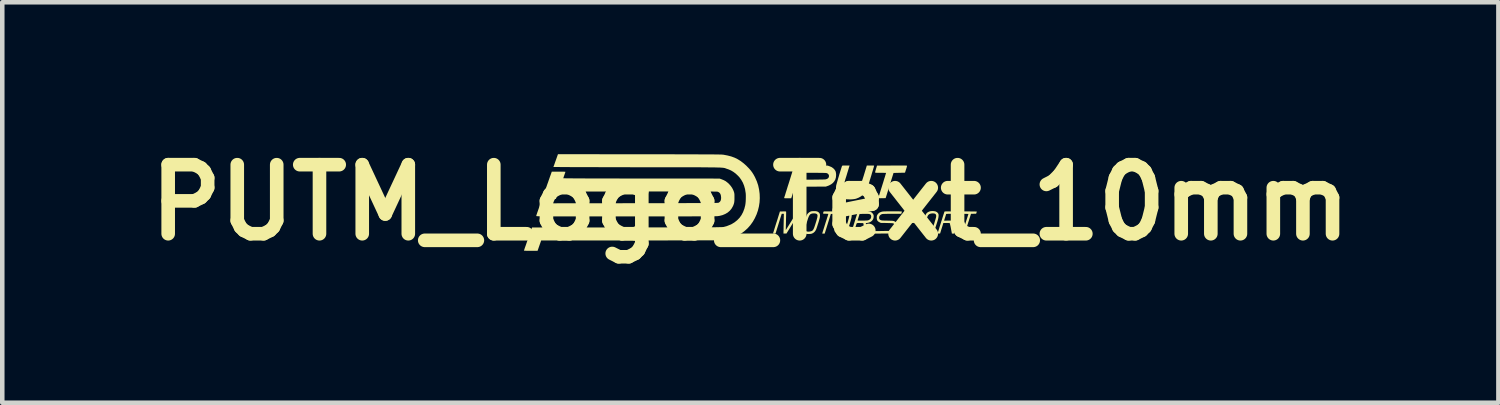
<source format=kicad_pcb>
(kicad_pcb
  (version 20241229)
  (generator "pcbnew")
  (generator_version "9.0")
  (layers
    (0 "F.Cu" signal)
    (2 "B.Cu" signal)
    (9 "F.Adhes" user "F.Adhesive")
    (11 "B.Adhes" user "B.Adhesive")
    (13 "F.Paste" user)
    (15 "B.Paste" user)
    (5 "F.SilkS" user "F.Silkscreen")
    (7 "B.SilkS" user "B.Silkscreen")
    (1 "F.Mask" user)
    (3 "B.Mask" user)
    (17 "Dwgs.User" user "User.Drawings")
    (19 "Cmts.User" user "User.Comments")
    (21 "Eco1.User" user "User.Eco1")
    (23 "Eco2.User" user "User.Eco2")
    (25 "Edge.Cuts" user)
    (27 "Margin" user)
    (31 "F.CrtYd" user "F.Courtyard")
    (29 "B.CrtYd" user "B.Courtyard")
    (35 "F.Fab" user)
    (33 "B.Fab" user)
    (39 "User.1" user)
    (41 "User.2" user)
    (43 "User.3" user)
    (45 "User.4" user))
  (footprint "PUTM_Logo_Text_10mm"
    (layer "F.Cu")
    (at 13.506 1.418)
    (property "Reference" "PUTM_Logo_Text_10mm" (at 0 0 0) (layer "F.SilkS") (effects (font (size 1.524 1.524) (thickness 0.3))))
    (attr board_only exclude_from_pos_files exclude_from_bom allow_missing_courtyard)
    (fp_poly (pts (xy 4.85 0.197) (xy 4.887 0.198) (xy 4.921 0.198) (xy 4.95 0.198) (xy 4.973 0.199) (xy 4.988 0.199) (xy 4.995 0.2) (xy 4.995 0.2) (xy 4.995 0.206) (xy 4.992 0.218) (xy 4.989 0.225) (xy 4.982 0.247) (xy 4.868 0.25) (xy 4.817 0.412) (xy 4.803 0.454) (xy 4.79 0.496) (xy 4.778 0.536) (xy 4.766 0.572) (xy 4.757 0.602) (xy 4.75 0.624) (xy 4.748 0.63) (xy 4.73 0.686) (xy 4.704 0.686) (xy 4.687 0.685) (xy 4.679 0.681) (xy 4.679 0.68) (xy 4.68 0.674) (xy 4.685 0.658) (xy 4.691 0.636) (xy 4.7 0.606) (xy 4.711 0.571) (xy 4.724 0.531) (xy 4.737 0.488) (xy 4.745 0.463) (xy 4.812 0.252) (xy 4.753 0.251) (xy 4.728 0.25) (xy 4.711 0.249) (xy 4.701 0.247) (xy 4.696 0.245) (xy 4.695 0.241) (xy 4.695 0.238) (xy 4.697 0.224) (xy 4.701 0.212) (xy 4.707 0.197)) (stroke (width 0) (type solid)) (fill yes) (layer "F.SilkS"))
    (fp_poly (pts (xy 1.761 0.197) (xy 1.798 0.197) (xy 1.832 0.198) (xy 1.86 0.198) (xy 1.882 0.199) (xy 1.897 0.2) (xy 1.903 0.201) (xy 1.903 0.201) (xy 1.901 0.215) (xy 1.897 0.23) (xy 1.892 0.242) (xy 1.89 0.244) (xy 1.883 0.246) (xy 1.867 0.248) (xy 1.846 0.25) (xy 1.83 0.251) (xy 1.776 0.252) (xy 1.708 0.469) (xy 1.64 0.686) (xy 1.613 0.686) (xy 1.598 0.686) (xy 1.588 0.685) (xy 1.586 0.684) (xy 1.587 0.679) (xy 1.591 0.665) (xy 1.598 0.642) (xy 1.607 0.614) (xy 1.618 0.579) (xy 1.631 0.539) (xy 1.644 0.496) (xy 1.653 0.468) (xy 1.667 0.423) (xy 1.681 0.381) (xy 1.692 0.343) (xy 1.703 0.311) (xy 1.711 0.284) (xy 1.717 0.265) (xy 1.72 0.254) (xy 1.721 0.252) (xy 1.716 0.251) (xy 1.703 0.25) (xy 1.683 0.249) (xy 1.662 0.248) (xy 1.637 0.248) (xy 1.62 0.247) (xy 1.611 0.245) (xy 1.606 0.243) (xy 1.605 0.239) (xy 1.605 0.234) (xy 1.609 0.22) (xy 1.613 0.209) (xy 1.619 0.197)) (stroke (width 0) (type solid)) (fill yes) (layer "F.SilkS"))
    (fp_poly (pts (xy 3.33 -0.815) (xy 3.37 -0.815) (xy 3.403 -0.815) (xy 3.429 -0.815) (xy 3.447 -0.814) (xy 3.455 -0.814) (xy 3.455 -0.814) (xy 3.456 -0.808) (xy 3.454 -0.793) (xy 3.447 -0.769) (xy 3.437 -0.736) (xy 3.436 -0.735) (xy 3.412 -0.658) (xy 3.285 -0.655) (xy 3.159 -0.652) (xy 2.985 -0.096) (xy 2.904 -0.095) (xy 2.876 -0.094) (xy 2.853 -0.095) (xy 2.835 -0.095) (xy 2.825 -0.096) (xy 2.823 -0.097) (xy 2.824 -0.103) (xy 2.829 -0.117) (xy 2.836 -0.14) (xy 2.845 -0.17) (xy 2.856 -0.206) (xy 2.869 -0.247) (xy 2.883 -0.293) (xy 2.899 -0.343) (xy 2.909 -0.375) (xy 2.925 -0.426) (xy 2.94 -0.474) (xy 2.953 -0.519) (xy 2.966 -0.558) (xy 2.976 -0.592) (xy 2.984 -0.619) (xy 2.99 -0.638) (xy 2.994 -0.65) (xy 2.994 -0.652) (xy 2.989 -0.653) (xy 2.975 -0.654) (xy 2.954 -0.654) (xy 2.927 -0.655) (xy 2.895 -0.655) (xy 2.875 -0.655) (xy 2.834 -0.655) (xy 2.803 -0.656) (xy 2.78 -0.656) (xy 2.765 -0.658) (xy 2.756 -0.659) (xy 2.753 -0.662) (xy 2.753 -0.669) (xy 2.756 -0.684) (xy 2.762 -0.705) (xy 2.769 -0.73) (xy 2.772 -0.741) (xy 2.795 -0.814) (xy 3.122 -0.815) (xy 3.179 -0.815) (xy 3.234 -0.815) (xy 3.284 -0.815)) (stroke (width 0) (type solid)) (fill yes) (layer "F.SilkS"))
    (fp_poly (pts (xy 3.534 0.197) (xy 3.566 0.197) (xy 3.599 0.198) (xy 3.63 0.199) (xy 3.657 0.2) (xy 3.68 0.201) (xy 3.696 0.203) (xy 3.702 0.204) (xy 3.734 0.219) (xy 3.758 0.24) (xy 3.774 0.266) (xy 3.781 0.296) (xy 3.781 0.301) (xy 3.777 0.34) (xy 3.763 0.374) (xy 3.741 0.404) (xy 3.71 0.428) (xy 3.697 0.435) (xy 3.688 0.44) (xy 3.679 0.443) (xy 3.67 0.446) (xy 3.659 0.448) (xy 3.644 0.449) (xy 3.624 0.45) (xy 3.598 0.451) (xy 3.564 0.452) (xy 3.538 0.452) (xy 3.408 0.455) (xy 3.388 0.517) (xy 3.378 0.548) (xy 3.367 0.581) (xy 3.357 0.613) (xy 3.351 0.632) (xy 3.335 0.684) (xy 3.307 0.685) (xy 3.291 0.686) (xy 3.283 0.685) (xy 3.282 0.681) (xy 3.282 0.677) (xy 3.292 0.645) (xy 3.304 0.608) (xy 3.316 0.567) (xy 3.33 0.524) (xy 3.344 0.479) (xy 3.358 0.435) (xy 3.37 0.397) (xy 3.426 0.397) (xy 3.431 0.398) (xy 3.445 0.399) (xy 3.466 0.399) (xy 3.493 0.4) (xy 3.525 0.4) (xy 3.539 0.399) (xy 3.576 0.399) (xy 3.605 0.398) (xy 3.626 0.397) (xy 3.642 0.396) (xy 3.653 0.394) (xy 3.663 0.391) (xy 3.671 0.388) (xy 3.678 0.384) (xy 3.7 0.369) (xy 3.716 0.349) (xy 3.725 0.327) (xy 3.728 0.306) (xy 3.723 0.285) (xy 3.711 0.268) (xy 3.692 0.256) (xy 3.687 0.255) (xy 3.674 0.253) (xy 3.652 0.251) (xy 3.623 0.25) (xy 3.587 0.25) (xy 3.569 0.251) (xy 3.47 0.252) (xy 3.448 0.322) (xy 3.44 0.348) (xy 3.433 0.37) (xy 3.429 0.386) (xy 3.426 0.396) (xy 3.426 0.397) (xy 3.37 0.397) (xy 3.372 0.391) (xy 3.385 0.349) (xy 3.397 0.31) (xy 3.408 0.275) (xy 3.418 0.245) (xy 3.425 0.222) (xy 3.43 0.206) (xy 3.433 0.199) (xy 3.433 0.199) (xy 3.439 0.198) (xy 3.454 0.197) (xy 3.476 0.197) (xy 3.503 0.197)) (stroke (width 0) (type solid)) (fill yes) (layer "F.SilkS"))
    (fp_poly (pts (xy 2.137 0.19) (xy 2.17 0.198) (xy 2.197 0.212) (xy 2.206 0.218) (xy 2.219 0.232) (xy 2.228 0.247) (xy 2.234 0.265) (xy 2.236 0.287) (xy 2.234 0.313) (xy 2.228 0.346) (xy 2.218 0.385) (xy 2.204 0.433) (xy 2.197 0.457) (xy 2.182 0.505) (xy 2.169 0.544) (xy 2.157 0.575) (xy 2.147 0.6) (xy 2.137 0.62) (xy 2.127 0.635) (xy 2.117 0.648) (xy 2.113 0.652) (xy 2.091 0.67) (xy 2.067 0.683) (xy 2.038 0.691) (xy 2.001 0.695) (xy 1.996 0.695) (xy 1.969 0.695) (xy 1.948 0.694) (xy 1.931 0.691) (xy 1.919 0.687) (xy 1.89 0.672) (xy 1.868 0.652) (xy 1.856 0.626) (xy 1.851 0.594) (xy 1.852 0.575) (xy 1.853 0.573) (xy 1.906 0.573) (xy 1.906 0.599) (xy 1.915 0.619) (xy 1.931 0.634) (xy 1.955 0.642) (xy 1.986 0.644) (xy 2.023 0.64) (xy 2.027 0.639) (xy 2.056 0.628) (xy 2.079 0.61) (xy 2.097 0.583) (xy 2.103 0.568) (xy 2.112 0.546) (xy 2.121 0.518) (xy 2.132 0.486) (xy 2.142 0.452) (xy 2.153 0.417) (xy 2.162 0.383) (xy 2.171 0.353) (xy 2.177 0.328) (xy 2.181 0.31) (xy 2.182 0.304) (xy 2.181 0.279) (xy 2.173 0.26) (xy 2.158 0.248) (xy 2.134 0.241) (xy 2.103 0.24) (xy 2.092 0.241) (xy 2.057 0.246) (xy 2.031 0.256) (xy 2.01 0.272) (xy 1.998 0.289) (xy 1.993 0.301) (xy 1.985 0.321) (xy 1.975 0.347) (xy 1.965 0.378) (xy 1.953 0.412) (xy 1.942 0.447) (xy 1.931 0.481) (xy 1.922 0.513) (xy 1.914 0.54) (xy 1.908 0.561) (xy 1.906 0.573) (xy 1.853 0.573) (xy 1.855 0.561) (xy 1.86 0.539) (xy 1.868 0.511) (xy 1.877 0.478) (xy 1.888 0.443) (xy 1.899 0.407) (xy 1.91 0.371) (xy 1.921 0.338) (xy 1.931 0.31) (xy 1.939 0.288) (xy 1.945 0.274) (xy 1.962 0.249) (xy 1.984 0.226) (xy 2.009 0.208) (xy 2.025 0.201) (xy 2.062 0.191) (xy 2.1 0.188)) (stroke (width 0) (type solid)) (fill yes) (layer "F.SilkS"))
    (fp_poly (pts (xy 4.052 0.19) (xy 4.086 0.197) (xy 4.114 0.211) (xy 4.124 0.219) (xy 4.137 0.232) (xy 4.146 0.246) (xy 4.152 0.263) (xy 4.154 0.284) (xy 4.152 0.31) (xy 4.147 0.341) (xy 4.138 0.379) (xy 4.125 0.425) (xy 4.112 0.465) (xy 4.097 0.512) (xy 4.084 0.551) (xy 4.073 0.582) (xy 4.063 0.606) (xy 4.053 0.626) (xy 4.043 0.64) (xy 4.033 0.652) (xy 4.021 0.662) (xy 4.013 0.667) (xy 3.982 0.683) (xy 3.945 0.693) (xy 3.905 0.696) (xy 3.867 0.694) (xy 3.838 0.687) (xy 3.82 0.68) (xy 3.805 0.672) (xy 3.8 0.668) (xy 3.783 0.646) (xy 3.772 0.618) (xy 3.769 0.592) (xy 3.769 0.581) (xy 3.77 0.574) (xy 3.824 0.574) (xy 3.824 0.599) (xy 3.833 0.619) (xy 3.85 0.634) (xy 3.874 0.642) (xy 3.905 0.644) (xy 3.942 0.64) (xy 3.946 0.639) (xy 3.975 0.628) (xy 3.999 0.609) (xy 4.014 0.586) (xy 4.02 0.572) (xy 4.028 0.551) (xy 4.037 0.523) (xy 4.048 0.492) (xy 4.059 0.457) (xy 4.069 0.423) (xy 4.079 0.389) (xy 4.088 0.359) (xy 4.095 0.334) (xy 4.099 0.316) (xy 4.1 0.309) (xy 4.1 0.283) (xy 4.092 0.263) (xy 4.077 0.249) (xy 4.054 0.242) (xy 4.022 0.24) (xy 4.007 0.241) (xy 3.973 0.247) (xy 3.946 0.258) (xy 3.926 0.276) (xy 3.917 0.289) (xy 3.911 0.301) (xy 3.903 0.321) (xy 3.894 0.347) (xy 3.883 0.378) (xy 3.871 0.412) (xy 3.86 0.447) (xy 3.849 0.481) (xy 3.84 0.512) (xy 3.832 0.54) (xy 3.826 0.561) (xy 3.824 0.574) (xy 3.77 0.574) (xy 3.77 0.572) (xy 3.771 0.562) (xy 3.773 0.55) (xy 3.777 0.535) (xy 3.783 0.516) (xy 3.791 0.49) (xy 3.801 0.458) (xy 3.814 0.418) (xy 3.819 0.402) (xy 3.834 0.357) (xy 3.846 0.32) (xy 3.858 0.291) (xy 3.869 0.268) (xy 3.879 0.25) (xy 3.89 0.236) (xy 3.903 0.224) (xy 3.915 0.215) (xy 3.945 0.2) (xy 3.979 0.191) (xy 4.016 0.188)) (stroke (width 0) (type solid)) (fill yes) (layer "F.SilkS"))
    (fp_poly (pts (xy 1.34 -0.815) (xy 1.708 -0.814) (xy 1.749 -0.799) (xy 1.792 -0.781) (xy 1.828 -0.756) (xy 1.857 -0.726) (xy 1.878 -0.693) (xy 1.884 -0.675) (xy 1.888 -0.655) (xy 1.891 -0.631) (xy 1.892 -0.608) (xy 1.888 -0.556) (xy 1.875 -0.509) (xy 1.852 -0.468) (xy 1.821 -0.431) (xy 1.782 -0.401) (xy 1.733 -0.375) (xy 1.708 -0.366) (xy 1.666 -0.351) (xy 0.983 -0.348) (xy 0.959 -0.271) (xy 0.949 -0.239) (xy 0.938 -0.206) (xy 0.928 -0.175) (xy 0.92 -0.149) (xy 0.919 -0.144) (xy 0.902 -0.094) (xy 0.822 -0.094) (xy 0.791 -0.094) (xy 0.768 -0.094) (xy 0.754 -0.096) (xy 0.746 -0.097) (xy 0.745 -0.1) (xy 0.745 -0.1) (xy 0.747 -0.106) (xy 0.751 -0.121) (xy 0.759 -0.144) (xy 0.769 -0.175) (xy 0.78 -0.213) (xy 0.794 -0.256) (xy 0.809 -0.304) (xy 0.825 -0.357) (xy 0.843 -0.412) (xy 0.855 -0.45) (xy 0.873 -0.507) (xy 0.873 -0.508) (xy 1.035 -0.508) (xy 1.04 -0.507) (xy 1.054 -0.506) (xy 1.076 -0.506) (xy 1.106 -0.505) (xy 1.142 -0.505) (xy 1.182 -0.504) (xy 1.227 -0.504) (xy 1.274 -0.504) (xy 1.323 -0.504) (xy 1.372 -0.504) (xy 1.421 -0.505) (xy 1.468 -0.505) (xy 1.512 -0.506) (xy 1.553 -0.506) (xy 1.589 -0.507) (xy 1.619 -0.508) (xy 1.641 -0.509) (xy 1.656 -0.509) (xy 1.659 -0.51) (xy 1.691 -0.52) (xy 1.713 -0.534) (xy 1.728 -0.553) (xy 1.729 -0.554) (xy 1.735 -0.579) (xy 1.733 -0.603) (xy 1.721 -0.624) (xy 1.702 -0.641) (xy 1.681 -0.649) (xy 1.67 -0.651) (xy 1.65 -0.652) (xy 1.62 -0.653) (xy 1.58 -0.654) (xy 1.53 -0.654) (xy 1.472 -0.655) (xy 1.405 -0.655) (xy 1.37 -0.655) (xy 1.079 -0.655) (xy 1.057 -0.583) (xy 1.049 -0.558) (xy 1.042 -0.536) (xy 1.037 -0.519) (xy 1.035 -0.509) (xy 1.035 -0.508) (xy 0.873 -0.508) (xy 0.89 -0.562) (xy 0.906 -0.614) (xy 0.921 -0.661) (xy 0.934 -0.703) (xy 0.946 -0.739) (xy 0.955 -0.768) (xy 0.962 -0.789) (xy 0.966 -0.802) (xy 0.967 -0.805) (xy 0.972 -0.817)) (stroke (width 0) (type solid)) (fill yes) (layer "F.SilkS"))
    (fp_poly (pts (xy 1.441 0.191) (xy 1.471 0.197) (xy 1.494 0.207) (xy 1.512 0.222) (xy 1.522 0.235) (xy 1.53 0.248) (xy 1.534 0.26) (xy 1.535 0.275) (xy 1.536 0.296) (xy 1.535 0.31) (xy 1.533 0.325) (xy 1.53 0.342) (xy 1.525 0.362) (xy 1.518 0.387) (xy 1.509 0.42) (xy 1.498 0.455) (xy 1.486 0.49) (xy 1.476 0.523) (xy 1.466 0.553) (xy 1.457 0.578) (xy 1.451 0.595) (xy 1.448 0.601) (xy 1.427 0.636) (xy 1.4 0.663) (xy 1.374 0.679) (xy 1.358 0.686) (xy 1.342 0.691) (xy 1.323 0.693) (xy 1.297 0.695) (xy 1.295 0.695) (xy 1.261 0.695) (xy 1.235 0.692) (xy 1.22 0.689) (xy 1.191 0.674) (xy 1.17 0.654) (xy 1.156 0.627) (xy 1.151 0.595) (xy 1.151 0.59) (xy 1.205 0.59) (xy 1.206 0.6) (xy 1.209 0.608) (xy 1.212 0.615) (xy 1.217 0.624) (xy 1.221 0.629) (xy 1.229 0.633) (xy 1.241 0.637) (xy 1.263 0.642) (xy 1.291 0.643) (xy 1.32 0.639) (xy 1.347 0.632) (xy 1.355 0.629) (xy 1.366 0.623) (xy 1.376 0.614) (xy 1.385 0.603) (xy 1.393 0.588) (xy 1.403 0.568) (xy 1.413 0.542) (xy 1.424 0.508) (xy 1.438 0.466) (xy 1.443 0.448) (xy 1.458 0.402) (xy 1.468 0.364) (xy 1.476 0.334) (xy 1.48 0.31) (xy 1.482 0.292) (xy 1.481 0.278) (xy 1.477 0.267) (xy 1.47 0.259) (xy 1.469 0.258) (xy 1.452 0.247) (xy 1.427 0.241) (xy 1.397 0.24) (xy 1.379 0.241) (xy 1.357 0.245) (xy 1.339 0.251) (xy 1.323 0.26) (xy 1.31 0.274) (xy 1.297 0.293) (xy 1.285 0.319) (xy 1.272 0.353) (xy 1.259 0.395) (xy 1.243 0.444) (xy 1.23 0.484) (xy 1.221 0.516) (xy 1.213 0.542) (xy 1.209 0.562) (xy 1.206 0.578) (xy 1.205 0.59) (xy 1.151 0.59) (xy 1.154 0.563) (xy 1.157 0.546) (xy 1.164 0.522) (xy 1.173 0.492) (xy 1.183 0.458) (xy 1.194 0.423) (xy 1.205 0.387) (xy 1.216 0.353) (xy 1.227 0.323) (xy 1.236 0.298) (xy 1.243 0.281) (xy 1.245 0.276) (xy 1.266 0.245) (xy 1.294 0.219) (xy 1.323 0.202) (xy 1.337 0.196) (xy 1.352 0.193) (xy 1.369 0.191) (xy 1.393 0.19) (xy 1.404 0.19)) (stroke (width 0) (type solid)) (fill yes) (layer "F.SilkS"))
    (fp_poly (pts (xy 2.186 -0.804) (xy 2.183 -0.797) (xy 2.178 -0.781) (xy 2.171 -0.757) (xy 2.162 -0.726) (xy 2.151 -0.69) (xy 2.138 -0.649) (xy 2.125 -0.604) (xy 2.115 -0.572) (xy 2.098 -0.519) (xy 2.085 -0.474) (xy 2.074 -0.438) (xy 2.066 -0.408) (xy 2.06 -0.385) (xy 2.055 -0.367) (xy 2.052 -0.352) (xy 2.05 -0.341) (xy 2.05 -0.332) (xy 2.05 -0.324) (xy 2.05 -0.321) (xy 2.057 -0.289) (xy 2.073 -0.263) (xy 2.096 -0.243) (xy 2.127 -0.229) (xy 2.166 -0.222) (xy 2.212 -0.222) (xy 2.237 -0.224) (xy 2.285 -0.232) (xy 2.326 -0.247) (xy 2.36 -0.269) (xy 2.388 -0.298) (xy 2.413 -0.336) (xy 2.423 -0.356) (xy 2.428 -0.37) (xy 2.437 -0.393) (xy 2.447 -0.423) (xy 2.459 -0.459) (xy 2.472 -0.5) (xy 2.486 -0.544) (xy 2.501 -0.59) (xy 2.506 -0.607) (xy 2.57 -0.816) (xy 2.649 -0.816) (xy 2.676 -0.816) (xy 2.7 -0.816) (xy 2.718 -0.815) (xy 2.728 -0.814) (xy 2.73 -0.814) (xy 2.73 -0.808) (xy 2.726 -0.794) (xy 2.721 -0.773) (xy 2.713 -0.748) (xy 2.705 -0.719) (xy 2.696 -0.689) (xy 2.684 -0.652) (xy 2.672 -0.609) (xy 2.658 -0.564) (xy 2.644 -0.517) (xy 2.63 -0.473) (xy 2.63 -0.47) (xy 2.613 -0.417) (xy 2.599 -0.372) (xy 2.586 -0.334) (xy 2.574 -0.303) (xy 2.562 -0.277) (xy 2.551 -0.254) (xy 2.539 -0.234) (xy 2.525 -0.215) (xy 2.519 -0.207) (xy 2.482 -0.168) (xy 2.438 -0.134) (xy 2.388 -0.106) (xy 2.335 -0.085) (xy 2.329 -0.083) (xy 2.3 -0.077) (xy 2.264 -0.072) (xy 2.224 -0.069) (xy 2.183 -0.069) (xy 2.144 -0.07) (xy 2.11 -0.073) (xy 2.086 -0.077) (xy 2.034 -0.095) (xy 1.99 -0.119) (xy 1.953 -0.15) (xy 1.925 -0.187) (xy 1.905 -0.231) (xy 1.903 -0.236) (xy 1.892 -0.283) (xy 1.889 -0.329) (xy 1.892 -0.364) (xy 1.894 -0.376) (xy 1.899 -0.396) (xy 1.907 -0.423) (xy 1.916 -0.456) (xy 1.927 -0.494) (xy 1.938 -0.534) (xy 1.951 -0.576) (xy 1.963 -0.619) (xy 1.976 -0.66) (xy 1.988 -0.699) (xy 1.999 -0.734) (xy 2.008 -0.764) (xy 2.016 -0.787) (xy 2.021 -0.802) (xy 2.022 -0.804) (xy 2.024 -0.809) (xy 2.028 -0.812) (xy 2.034 -0.814) (xy 2.045 -0.815) (xy 2.062 -0.816) (xy 2.087 -0.816) (xy 2.108 -0.816) (xy 2.189 -0.816)) (stroke (width 0) (type solid)) (fill yes) (layer "F.SilkS"))
    (fp_poly (pts (xy 0.768 0.196) (xy 0.781 0.198) (xy 0.787 0.2) (xy 0.789 0.202) (xy 0.789 0.209) (xy 0.79 0.224) (xy 0.789 0.248) (xy 0.789 0.279) (xy 0.788 0.315) (xy 0.787 0.356) (xy 0.786 0.4) (xy 0.786 0.407) (xy 0.785 0.451) (xy 0.784 0.492) (xy 0.783 0.529) (xy 0.782 0.56) (xy 0.782 0.584) (xy 0.782 0.6) (xy 0.782 0.607) (xy 0.782 0.607) (xy 0.785 0.603) (xy 0.793 0.591) (xy 0.805 0.572) (xy 0.821 0.546) (xy 0.84 0.515) (xy 0.862 0.48) (xy 0.886 0.441) (xy 0.91 0.403) (xy 1.037 0.198) (xy 1.114 0.198) (xy 1.141 0.198) (xy 1.163 0.198) (xy 1.18 0.2) (xy 1.189 0.201) (xy 1.19 0.201) (xy 1.189 0.208) (xy 1.185 0.222) (xy 1.179 0.241) (xy 1.175 0.252) (xy 1.17 0.268) (xy 1.162 0.292) (xy 1.152 0.323) (xy 1.14 0.36) (xy 1.127 0.401) (xy 1.113 0.444) (xy 1.098 0.489) (xy 1.097 0.493) (xy 1.034 0.686) (xy 1.008 0.686) (xy 0.991 0.685) (xy 0.983 0.681) (xy 0.983 0.68) (xy 0.984 0.674) (xy 0.989 0.659) (xy 0.996 0.636) (xy 1.005 0.606) (xy 1.017 0.571) (xy 1.029 0.531) (xy 1.044 0.488) (xy 1.052 0.463) (xy 1.121 0.252) (xy 1.092 0.251) (xy 1.072 0.251) (xy 1.062 0.254) (xy 1.06 0.256) (xy 1.057 0.261) (xy 1.048 0.275) (xy 1.036 0.296) (xy 1.019 0.323) (xy 0.999 0.355) (xy 0.977 0.391) (xy 0.952 0.431) (xy 0.927 0.473) (xy 0.797 0.684) (xy 0.73 0.684) (xy 0.731 0.665) (xy 0.731 0.656) (xy 0.731 0.638) (xy 0.732 0.612) (xy 0.733 0.579) (xy 0.733 0.541) (xy 0.734 0.499) (xy 0.735 0.454) (xy 0.735 0.448) (xy 0.739 0.25) (xy 0.692 0.25) (xy 0.666 0.331) (xy 0.652 0.375) (xy 0.638 0.42) (xy 0.624 0.465) (xy 0.611 0.508) (xy 0.598 0.549) (xy 0.586 0.587) (xy 0.576 0.62) (xy 0.567 0.647) (xy 0.561 0.668) (xy 0.557 0.68) (xy 0.556 0.684) (xy 0.552 0.685) (xy 0.539 0.686) (xy 0.527 0.686) (xy 0.51 0.685) (xy 0.501 0.683) (xy 0.501 0.68) (xy 0.503 0.674) (xy 0.507 0.659) (xy 0.515 0.636) (xy 0.524 0.606) (xy 0.535 0.57) (xy 0.548 0.529) (xy 0.562 0.484) (xy 0.577 0.436) (xy 0.578 0.436) (xy 0.652 0.198) (xy 0.719 0.197) (xy 0.748 0.196)) (stroke (width 0) (type solid)) (fill yes) (layer "F.SilkS"))
    (fp_poly (pts (xy 4.369 0.197) (xy 4.413 0.197) (xy 4.42 0.198) (xy 4.46 0.198) (xy 4.492 0.199) (xy 4.515 0.2) (xy 4.533 0.201) (xy 4.546 0.203) (xy 4.556 0.205) (xy 4.563 0.208) (xy 4.571 0.211) (xy 4.574 0.213) (xy 4.602 0.234) (xy 4.621 0.258) (xy 4.63 0.287) (xy 4.631 0.294) (xy 4.629 0.331) (xy 4.619 0.366) (xy 4.601 0.396) (xy 4.575 0.42) (xy 4.57 0.423) (xy 4.548 0.435) (xy 4.521 0.444) (xy 4.495 0.45) (xy 4.478 0.452) (xy 4.465 0.454) (xy 4.461 0.459) (xy 4.46 0.461) (xy 4.461 0.469) (xy 4.464 0.485) (xy 4.468 0.508) (xy 4.474 0.537) (xy 4.48 0.568) (xy 4.481 0.576) (xy 4.487 0.608) (xy 4.493 0.636) (xy 4.497 0.659) (xy 4.5 0.675) (xy 4.502 0.684) (xy 4.502 0.684) (xy 4.497 0.685) (xy 4.485 0.686) (xy 4.474 0.686) (xy 4.447 0.686) (xy 4.427 0.581) (xy 4.421 0.548) (xy 4.415 0.519) (xy 4.41 0.494) (xy 4.406 0.475) (xy 4.403 0.465) (xy 4.403 0.464) (xy 4.4 0.459) (xy 4.397 0.456) (xy 4.39 0.454) (xy 4.378 0.453) (xy 4.36 0.452) (xy 4.333 0.452) (xy 4.328 0.452) (xy 4.258 0.452) (xy 4.237 0.521) (xy 4.227 0.552) (xy 4.217 0.584) (xy 4.208 0.613) (xy 4.201 0.637) (xy 4.186 0.684) (xy 4.159 0.685) (xy 4.142 0.685) (xy 4.134 0.683) (xy 4.133 0.681) (xy 4.134 0.675) (xy 4.139 0.66) (xy 4.145 0.637) (xy 4.154 0.608) (xy 4.165 0.574) (xy 4.176 0.537) (xy 4.189 0.496) (xy 4.202 0.454) (xy 4.215 0.411) (xy 4.219 0.401) (xy 4.274 0.401) (xy 4.389 0.399) (xy 4.427 0.399) (xy 4.456 0.398) (xy 4.478 0.397) (xy 4.494 0.396) (xy 4.506 0.394) (xy 4.514 0.391) (xy 4.522 0.388) (xy 4.525 0.386) (xy 4.55 0.37) (xy 4.565 0.351) (xy 4.575 0.327) (xy 4.579 0.301) (xy 4.573 0.281) (xy 4.558 0.266) (xy 4.547 0.259) (xy 4.538 0.256) (xy 4.528 0.253) (xy 4.514 0.252) (xy 4.496 0.251) (xy 4.472 0.25) (xy 4.44 0.25) (xy 4.423 0.25) (xy 4.391 0.25) (xy 4.364 0.25) (xy 4.342 0.251) (xy 4.327 0.252) (xy 4.32 0.253) (xy 4.32 0.253) (xy 4.318 0.26) (xy 4.314 0.274) (xy 4.308 0.294) (xy 4.3 0.319) (xy 4.297 0.329) (xy 4.274 0.401) (xy 4.219 0.401) (xy 4.229 0.37) (xy 4.241 0.33) (xy 4.253 0.293) (xy 4.263 0.261) (xy 4.272 0.235) (xy 4.278 0.215) (xy 4.283 0.203) (xy 4.284 0.2) (xy 4.29 0.198) (xy 4.307 0.197) (xy 4.333 0.197)) (stroke (width 0) (type solid)) (fill yes) (layer "F.SilkS"))
    (fp_poly (pts (xy 2.499 0.197) (xy 2.544 0.198) (xy 2.58 0.199) (xy 2.609 0.2) (xy 2.632 0.203) (xy 2.649 0.207) (xy 2.664 0.212) (xy 2.676 0.22) (xy 2.687 0.229) (xy 2.692 0.234) (xy 2.711 0.259) (xy 2.721 0.288) (xy 2.721 0.322) (xy 2.719 0.331) (xy 2.712 0.359) (xy 2.701 0.38) (xy 2.685 0.401) (xy 2.679 0.407) (xy 2.649 0.429) (xy 2.612 0.444) (xy 2.578 0.451) (xy 2.562 0.453) (xy 2.55 0.454) (xy 2.547 0.455) (xy 2.548 0.46) (xy 2.551 0.474) (xy 2.555 0.495) (xy 2.56 0.522) (xy 2.566 0.553) (xy 2.568 0.562) (xy 2.574 0.595) (xy 2.58 0.624) (xy 2.584 0.648) (xy 2.587 0.666) (xy 2.589 0.676) (xy 2.589 0.677) (xy 2.587 0.683) (xy 2.58 0.685) (xy 2.565 0.686) (xy 2.563 0.686) (xy 2.548 0.686) (xy 2.538 0.685) (xy 2.537 0.685) (xy 2.536 0.68) (xy 2.533 0.666) (xy 2.529 0.644) (xy 2.524 0.617) (xy 2.517 0.586) (xy 2.514 0.569) (xy 2.492 0.455) (xy 2.421 0.453) (xy 2.393 0.453) (xy 2.372 0.453) (xy 2.359 0.454) (xy 2.352 0.456) (xy 2.347 0.459) (xy 2.346 0.461) (xy 2.343 0.469) (xy 2.337 0.485) (xy 2.33 0.507) (xy 2.321 0.535) (xy 2.312 0.566) (xy 2.308 0.578) (xy 2.275 0.686) (xy 2.247 0.686) (xy 2.231 0.686) (xy 2.223 0.684) (xy 2.221 0.68) (xy 2.222 0.677) (xy 2.224 0.67) (xy 2.229 0.655) (xy 2.236 0.631) (xy 2.246 0.601) (xy 2.257 0.565) (xy 2.27 0.524) (xy 2.284 0.479) (xy 2.298 0.434) (xy 2.31 0.397) (xy 2.365 0.397) (xy 2.37 0.398) (xy 2.384 0.399) (xy 2.405 0.399) (xy 2.433 0.4) (xy 2.464 0.4) (xy 2.478 0.399) (xy 2.516 0.399) (xy 2.545 0.398) (xy 2.566 0.397) (xy 2.582 0.396) (xy 2.594 0.394) (xy 2.603 0.391) (xy 2.612 0.388) (xy 2.616 0.386) (xy 2.633 0.375) (xy 2.647 0.363) (xy 2.652 0.358) (xy 2.661 0.338) (xy 2.666 0.316) (xy 2.665 0.294) (xy 2.659 0.278) (xy 2.652 0.269) (xy 2.644 0.262) (xy 2.632 0.257) (xy 2.616 0.253) (xy 2.594 0.251) (xy 2.565 0.25) (xy 2.528 0.251) (xy 2.512 0.251) (xy 2.41 0.252) (xy 2.388 0.322) (xy 2.38 0.348) (xy 2.373 0.37) (xy 2.368 0.386) (xy 2.366 0.396) (xy 2.365 0.397) (xy 2.31 0.397) (xy 2.313 0.387) (xy 2.326 0.343) (xy 2.339 0.303) (xy 2.35 0.268) (xy 2.359 0.239) (xy 2.366 0.217) (xy 2.371 0.204) (xy 2.373 0.199) (xy 2.378 0.198) (xy 2.393 0.198) (xy 2.415 0.197) (xy 2.443 0.197) (xy 2.475 0.197)) (stroke (width 0) (type solid)) (fill yes) (layer "F.SilkS"))
    (fp_poly (pts (xy 3.189 0.195) (xy 3.232 0.195) (xy 3.266 0.195) (xy 3.292 0.196) (xy 3.312 0.196) (xy 3.326 0.197) (xy 3.335 0.198) (xy 3.34 0.199) (xy 3.343 0.201) (xy 3.344 0.203) (xy 3.343 0.205) (xy 3.34 0.217) (xy 3.335 0.232) (xy 3.335 0.233) (xy 3.328 0.25) (xy 3.126 0.25) (xy 3.068 0.25) (xy 3.019 0.25) (xy 2.979 0.251) (xy 2.949 0.252) (xy 2.926 0.253) (xy 2.911 0.255) (xy 2.904 0.256) (xy 2.879 0.268) (xy 2.858 0.286) (xy 2.845 0.309) (xy 2.841 0.323) (xy 2.841 0.349) (xy 2.848 0.368) (xy 2.865 0.383) (xy 2.872 0.387) (xy 2.88 0.391) (xy 2.888 0.393) (xy 2.899 0.395) (xy 2.914 0.397) (xy 2.935 0.398) (xy 2.962 0.399) (xy 2.997 0.4) (xy 3.023 0.4) (xy 3.063 0.401) (xy 3.095 0.402) (xy 3.119 0.403) (xy 3.137 0.404) (xy 3.151 0.406) (xy 3.161 0.408) (xy 3.17 0.411) (xy 3.179 0.415) (xy 3.207 0.431) (xy 3.227 0.45) (xy 3.241 0.474) (xy 3.249 0.5) (xy 3.251 0.525) (xy 3.249 0.555) (xy 3.243 0.584) (xy 3.234 0.608) (xy 3.214 0.635) (xy 3.187 0.658) (xy 3.163 0.672) (xy 3.157 0.674) (xy 3.151 0.677) (xy 3.143 0.679) (xy 3.134 0.68) (xy 3.122 0.682) (xy 3.106 0.683) (xy 3.085 0.683) (xy 3.058 0.684) (xy 3.024 0.684) (xy 2.982 0.685) (xy 2.931 0.685) (xy 2.905 0.685) (xy 2.849 0.686) (xy 2.804 0.686) (xy 2.767 0.686) (xy 2.737 0.686) (xy 2.715 0.685) (xy 2.698 0.685) (xy 2.686 0.684) (xy 2.679 0.683) (xy 2.675 0.681) (xy 2.673 0.68) (xy 2.672 0.677) (xy 2.672 0.677) (xy 2.675 0.667) (xy 2.68 0.652) (xy 2.681 0.65) (xy 2.69 0.632) (xy 2.909 0.629) (xy 2.956 0.628) (xy 3 0.628) (xy 3.039 0.627) (xy 3.074 0.626) (xy 3.102 0.624) (xy 3.123 0.623) (xy 3.135 0.622) (xy 3.137 0.622) (xy 3.165 0.604) (xy 3.184 0.58) (xy 3.195 0.551) (xy 3.197 0.529) (xy 3.194 0.501) (xy 3.183 0.481) (xy 3.165 0.466) (xy 3.162 0.465) (xy 3.155 0.462) (xy 3.146 0.459) (xy 3.135 0.457) (xy 3.119 0.456) (xy 3.097 0.455) (xy 3.068 0.454) (xy 3.032 0.453) (xy 3.01 0.452) (xy 2.877 0.45) (xy 2.847 0.435) (xy 2.822 0.42) (xy 2.804 0.402) (xy 2.794 0.38) (xy 2.789 0.351) (xy 2.789 0.336) (xy 2.789 0.313) (xy 2.791 0.297) (xy 2.796 0.284) (xy 2.803 0.269) (xy 2.804 0.269) (xy 2.825 0.242) (xy 2.852 0.221) (xy 2.887 0.207) (xy 2.894 0.205) (xy 2.904 0.202) (xy 2.914 0.2) (xy 2.927 0.199) (xy 2.942 0.197) (xy 2.961 0.196) (xy 2.985 0.196) (xy 3.016 0.195) (xy 3.054 0.195) (xy 3.101 0.195) (xy 3.137 0.195)) (stroke (width 0) (type solid)) (fill yes) (layer "F.SilkS"))
    (fp_poly (pts (xy -4.193 -0.681) (xy -4.158 -0.68) (xy -4.128 -0.68) (xy -4.104 -0.679) (xy -4.088 -0.678) (xy -4.081 -0.677) (xy -4.081 -0.676) (xy -4.082 -0.67) (xy -4.087 -0.656) (xy -4.094 -0.636) (xy -4.102 -0.612) (xy -4.104 -0.606) (xy -4.113 -0.581) (xy -4.12 -0.56) (xy -4.125 -0.544) (xy -4.128 -0.536) (xy -4.128 -0.535) (xy -4.122 -0.535) (xy -4.107 -0.534) (xy -4.082 -0.534) (xy -4.047 -0.533) (xy -4.002 -0.533) (xy -3.949 -0.533) (xy -3.886 -0.532) (xy -3.814 -0.532) (xy -3.734 -0.532) (xy -3.646 -0.531) (xy -3.549 -0.531) (xy -3.445 -0.531) (xy -3.333 -0.53) (xy -3.213 -0.53) (xy -3.086 -0.53) (xy -2.952 -0.53) (xy -2.812 -0.529) (xy -2.665 -0.529) (xy -2.511 -0.529) (xy -2.403 -0.529) (xy -0.678 -0.528) (xy -0.637 -0.513) (xy -0.587 -0.493) (xy -0.544 -0.47) (xy -0.504 -0.439) (xy -0.47 -0.408) (xy -0.433 -0.366) (xy -0.403 -0.323) (xy -0.379 -0.277) (xy -0.365 -0.242) (xy -0.36 -0.226) (xy -0.356 -0.212) (xy -0.354 -0.199) (xy -0.352 -0.183) (xy -0.351 -0.163) (xy -0.351 -0.136) (xy -0.351 -0.109) (xy -0.351 -0.067) (xy -0.353 -0.032) (xy -0.356 -0.004) (xy -0.362 0.022) (xy -0.37 0.046) (xy -0.38 0.072) (xy -0.387 0.086) (xy -0.417 0.138) (xy -0.455 0.183) (xy -0.501 0.222) (xy -0.554 0.253) (xy -0.614 0.278) (xy -0.68 0.295) (xy -0.724 0.301) (xy -0.733 0.302) (xy -0.751 0.302) (xy -0.777 0.303) (xy -0.811 0.303) (xy -0.854 0.304) (xy -0.906 0.304) (xy -0.967 0.304) (xy -1.037 0.305) (xy -1.115 0.305) (xy -1.203 0.305) (xy -1.3 0.306) (xy -1.407 0.306) (xy -1.523 0.306) (xy -1.649 0.306) (xy -1.784 0.306) (xy -1.929 0.306) (xy -2.084 0.307) (xy -2.249 0.307) (xy -2.424 0.307) (xy -2.609 0.307) (xy -2.75 0.307) (xy -2.92 0.307) (xy -3.081 0.307) (xy -3.232 0.307) (xy -3.373 0.307) (xy -3.505 0.307) (xy -3.628 0.307) (xy -3.743 0.307) (xy -3.849 0.307) (xy -3.948 0.306) (xy -4.039 0.306) (xy -4.122 0.306) (xy -4.199 0.306) (xy -4.268 0.306) (xy -4.332 0.306) (xy -4.389 0.306) (xy -4.441 0.305) (xy -4.486 0.305) (xy -4.527 0.305) (xy -4.563 0.305) (xy -4.594 0.304) (xy -4.622 0.304) (xy -4.645 0.304) (xy -4.664 0.303) (xy -4.68 0.303) (xy -4.693 0.302) (xy -4.704 0.302) (xy -4.711 0.301) (xy -4.717 0.301) (xy -4.721 0.3) (xy -4.724 0.299) (xy -4.725 0.298) (xy -4.725 0.298) (xy -4.725 0.298) (xy -4.723 0.29) (xy -4.719 0.275) (xy -4.711 0.252) (xy -4.702 0.224) (xy -4.69 0.191) (xy -4.678 0.156) (xy -4.677 0.153) (xy -4.629 0.018) (xy -2.672 0.016) (xy -2.502 0.015) (xy -2.342 0.015) (xy -2.192 0.015) (xy -2.051 0.015) (xy -1.92 0.015) (xy -1.797 0.014) (xy -1.683 0.014) (xy -1.577 0.014) (xy -1.479 0.014) (xy -1.389 0.013) (xy -1.306 0.013) (xy -1.229 0.013) (xy -1.16 0.013) (xy -1.097 0.013) (xy -1.04 0.012) (xy -0.989 0.012) (xy -0.943 0.012) (xy -0.902 0.011) (xy -0.867 0.011) (xy -0.835 0.011) (xy -0.808 0.01) (xy -0.785 0.01) (xy -0.765 0.009) (xy -0.749 0.009) (xy -0.735 0.008) (xy -0.724 0.008) (xy -0.716 0.007) (xy -0.709 0.007) (xy -0.705 0.006) (xy -0.701 0.005) (xy -0.699 0.004) (xy -0.699 0.004) (xy -0.675 -0.013) (xy -0.658 -0.035) (xy -0.649 -0.064) (xy -0.645 -0.099) (xy -0.646 -0.119) (xy -0.651 -0.158) (xy -0.662 -0.19) (xy -0.68 -0.214) (xy -0.704 -0.231) (xy -0.725 -0.239) (xy -0.73 -0.239) (xy -0.741 -0.24) (xy -0.757 -0.24) (xy -0.78 -0.241) (xy -0.809 -0.241) (xy -0.845 -0.242) (xy -0.887 -0.242) (xy -0.937 -0.242) (xy -0.994 -0.243) (xy -1.058 -0.243) (xy -1.131 -0.243) (xy -1.211 -0.243) (xy -1.299 -0.243) (xy -1.396 -0.244) (xy -1.501 -0.244) (xy -1.615 -0.244) (xy -1.739 -0.244) (xy -1.871 -0.244) (xy -2.013 -0.244) (xy -2.165 -0.243) (xy -2.327 -0.243) (xy -2.49 -0.243) (xy -4.233 -0.242) (xy -4.291 -0.078) (xy -4.595 -0.078) (xy -4.588 -0.097) (xy -4.584 -0.108) (xy -4.578 -0.126) (xy -4.569 -0.152) (xy -4.557 -0.184) (xy -4.544 -0.222) (xy -4.529 -0.263) (xy -4.514 -0.307) (xy -4.497 -0.353) (xy -4.481 -0.4) (xy -4.464 -0.446) (xy -4.449 -0.49) (xy -4.434 -0.532) (xy -4.421 -0.57) (xy -4.409 -0.602) (xy -4.4 -0.628) (xy -4.393 -0.647) (xy -4.389 -0.658) (xy -4.389 -0.659) (xy -4.381 -0.681) (xy -4.231 -0.681)) (stroke (width 0) (type solid)) (fill yes) (layer "F.SilkS"))
    (fp_poly (pts (xy -2.446 -1.064) (xy -2.283 -1.064) (xy -2.129 -1.064) (xy -1.986 -1.064) (xy -1.851 -1.064) (xy -1.726 -1.064) (xy -1.61 -1.063) (xy -1.502 -1.063) (xy -1.402 -1.063) (xy -1.31 -1.063) (xy -1.225 -1.063) (xy -1.147 -1.062) (xy -1.077 -1.062) (xy -1.012 -1.062) (xy -0.954 -1.062) (xy -0.902 -1.061) (xy -0.855 -1.061) (xy -0.813 -1.061) (xy -0.776 -1.06) (xy -0.743 -1.06) (xy -0.715 -1.06) (xy -0.691 -1.059) (xy -0.67 -1.059) (xy -0.652 -1.058) (xy -0.637 -1.058) (xy -0.624 -1.057) (xy -0.614 -1.056) (xy -0.605 -1.056) (xy -0.599 -1.055) (xy -0.593 -1.054) (xy -0.592 -1.054) (xy -0.503 -1.037) (xy -0.422 -1.016) (xy -0.348 -0.989) (xy -0.279 -0.955) (xy -0.213 -0.914) (xy -0.149 -0.865) (xy -0.085 -0.808) (xy -0.073 -0.795) (xy -0.029 -0.75) (xy 0.009 -0.706) (xy 0.041 -0.663) (xy 0.07 -0.617) (xy 0.098 -0.566) (xy 0.104 -0.554) (xy 0.143 -0.466) (xy 0.173 -0.376) (xy 0.193 -0.283) (xy 0.205 -0.19) (xy 0.208 -0.097) (xy 0.203 -0.004) (xy 0.189 0.087) (xy 0.167 0.177) (xy 0.137 0.263) (xy 0.099 0.346) (xy 0.054 0.425) (xy 0.001 0.499) (xy -0.059 0.567) (xy -0.127 0.628) (xy -0.191 0.676) (xy -0.272 0.724) (xy -0.358 0.763) (xy -0.45 0.794) (xy -0.548 0.817) (xy -0.651 0.831) (xy -0.662 0.831) (xy -0.673 0.832) (xy -0.694 0.833) (xy -0.723 0.833) (xy -0.762 0.833) (xy -0.811 0.834) (xy -0.868 0.834) (xy -0.935 0.835) (xy -1.012 0.835) (xy -1.098 0.835) (xy -1.194 0.836) (xy -1.3 0.836) (xy -1.415 0.836) (xy -1.541 0.836) (xy -1.676 0.836) (xy -1.821 0.837) (xy -1.976 0.837) (xy -2.142 0.837) (xy -2.317 0.837) (xy -2.503 0.837) (xy -2.672 0.837) (xy -4.615 0.837) (xy -4.655 0.951) (xy -4.695 1.066) (xy -4.846 1.066) (xy -4.884 1.066) (xy -4.919 1.065) (xy -4.948 1.065) (xy -4.972 1.064) (xy -4.988 1.063) (xy -4.996 1.062) (xy -4.996 1.062) (xy -4.994 1.056) (xy -4.989 1.042) (xy -4.982 1.02) (xy -4.972 0.99) (xy -4.959 0.955) (xy -4.945 0.914) (xy -4.93 0.87) (xy -4.913 0.821) (xy -4.907 0.805) (xy -4.817 0.551) (xy -2.725 0.55) (xy -2.548 0.549) (xy -2.381 0.549) (xy -2.225 0.549) (xy -2.078 0.549) (xy -1.94 0.549) (xy -1.81 0.549) (xy -1.69 0.549) (xy -1.578 0.548) (xy -1.473 0.548) (xy -1.377 0.548) (xy -1.288 0.548) (xy -1.206 0.548) (xy -1.13 0.548) (xy -1.062 0.547) (xy -0.999 0.547) (xy -0.942 0.547) (xy -0.891 0.547) (xy -0.845 0.546) (xy -0.804 0.546) (xy -0.768 0.546) (xy -0.736 0.545) (xy -0.709 0.545) (xy -0.685 0.544) (xy -0.664 0.544) (xy -0.647 0.543) (xy -0.633 0.543) (xy -0.621 0.542) (xy -0.611 0.542) (xy -0.604 0.541) (xy -0.598 0.541) (xy -0.593 0.54) (xy -0.591 0.54) (xy -0.51 0.517) (xy -0.433 0.486) (xy -0.416 0.478) (xy -0.35 0.438) (xy -0.291 0.391) (xy -0.239 0.338) (xy -0.195 0.277) (xy -0.16 0.21) (xy -0.132 0.136) (xy -0.112 0.057) (xy -0.112 0.054) (xy -0.107 0.02) (xy -0.103 -0.022) (xy -0.101 -0.067) (xy -0.1 -0.114) (xy -0.1 -0.158) (xy -0.102 -0.197) (xy -0.104 -0.213) (xy -0.117 -0.295) (xy -0.138 -0.37) (xy -0.166 -0.439) (xy -0.202 -0.502) (xy -0.245 -0.561) (xy -0.276 -0.593) (xy -0.325 -0.639) (xy -0.375 -0.676) (xy -0.427 -0.707) (xy -0.485 -0.732) (xy -0.519 -0.743) (xy -0.527 -0.746) (xy -0.535 -0.749) (xy -0.542 -0.752) (xy -0.549 -0.754) (xy -0.555 -0.756) (xy -0.562 -0.759) (xy -0.57 -0.761) (xy -0.578 -0.762) (xy -0.588 -0.764) (xy -0.599 -0.766) (xy -0.612 -0.767) (xy -0.628 -0.768) (xy -0.646 -0.769) (xy -0.667 -0.771) (xy -0.691 -0.771) (xy -0.719 -0.772) (xy -0.75 -0.773) (xy -0.786 -0.774) (xy -0.827 -0.774) (xy -0.872 -0.775) (xy -0.922 -0.775) (xy -0.978 -0.776) (xy -1.04 -0.776) (xy -1.108 -0.777) (xy -1.182 -0.777) (xy -1.264 -0.777) (xy -1.352 -0.777) (xy -1.448 -0.777) (xy -1.552 -0.778) (xy -1.664 -0.778) (xy -1.785 -0.778) (xy -1.914 -0.778) (xy -2.052 -0.778) (xy -2.2 -0.778) (xy -2.358 -0.778) (xy -2.5 -0.778) (xy -2.638 -0.778) (xy -2.773 -0.779) (xy -2.905 -0.779) (xy -3.034 -0.779) (xy -3.159 -0.779) (xy -3.279 -0.779) (xy -3.396 -0.78) (xy -3.507 -0.78) (xy -3.613 -0.78) (xy -3.714 -0.78) (xy -3.808 -0.781) (xy -3.896 -0.781) (xy -3.977 -0.781) (xy -4.052 -0.782) (xy -4.118 -0.782) (xy -4.177 -0.782) (xy -4.228 -0.783) (xy -4.27 -0.783) (xy -4.303 -0.783) (xy -4.327 -0.784) (xy -4.341 -0.784) (xy -4.345 -0.784) (xy -4.343 -0.79) (xy -4.338 -0.805) (xy -4.33 -0.826) (xy -4.32 -0.854) (xy -4.309 -0.886) (xy -4.296 -0.922) (xy -4.294 -0.927) (xy -4.245 -1.066)) (stroke (width 0) (type solid)) (fill yes) (layer "F.SilkS")))
  (gr_rect
    (start -3 -3)
    (end 30.011 5.836)
    (stroke (width 0.1) (type default))
    (fill no)
    (layer "Edge.Cuts")))
</source>
